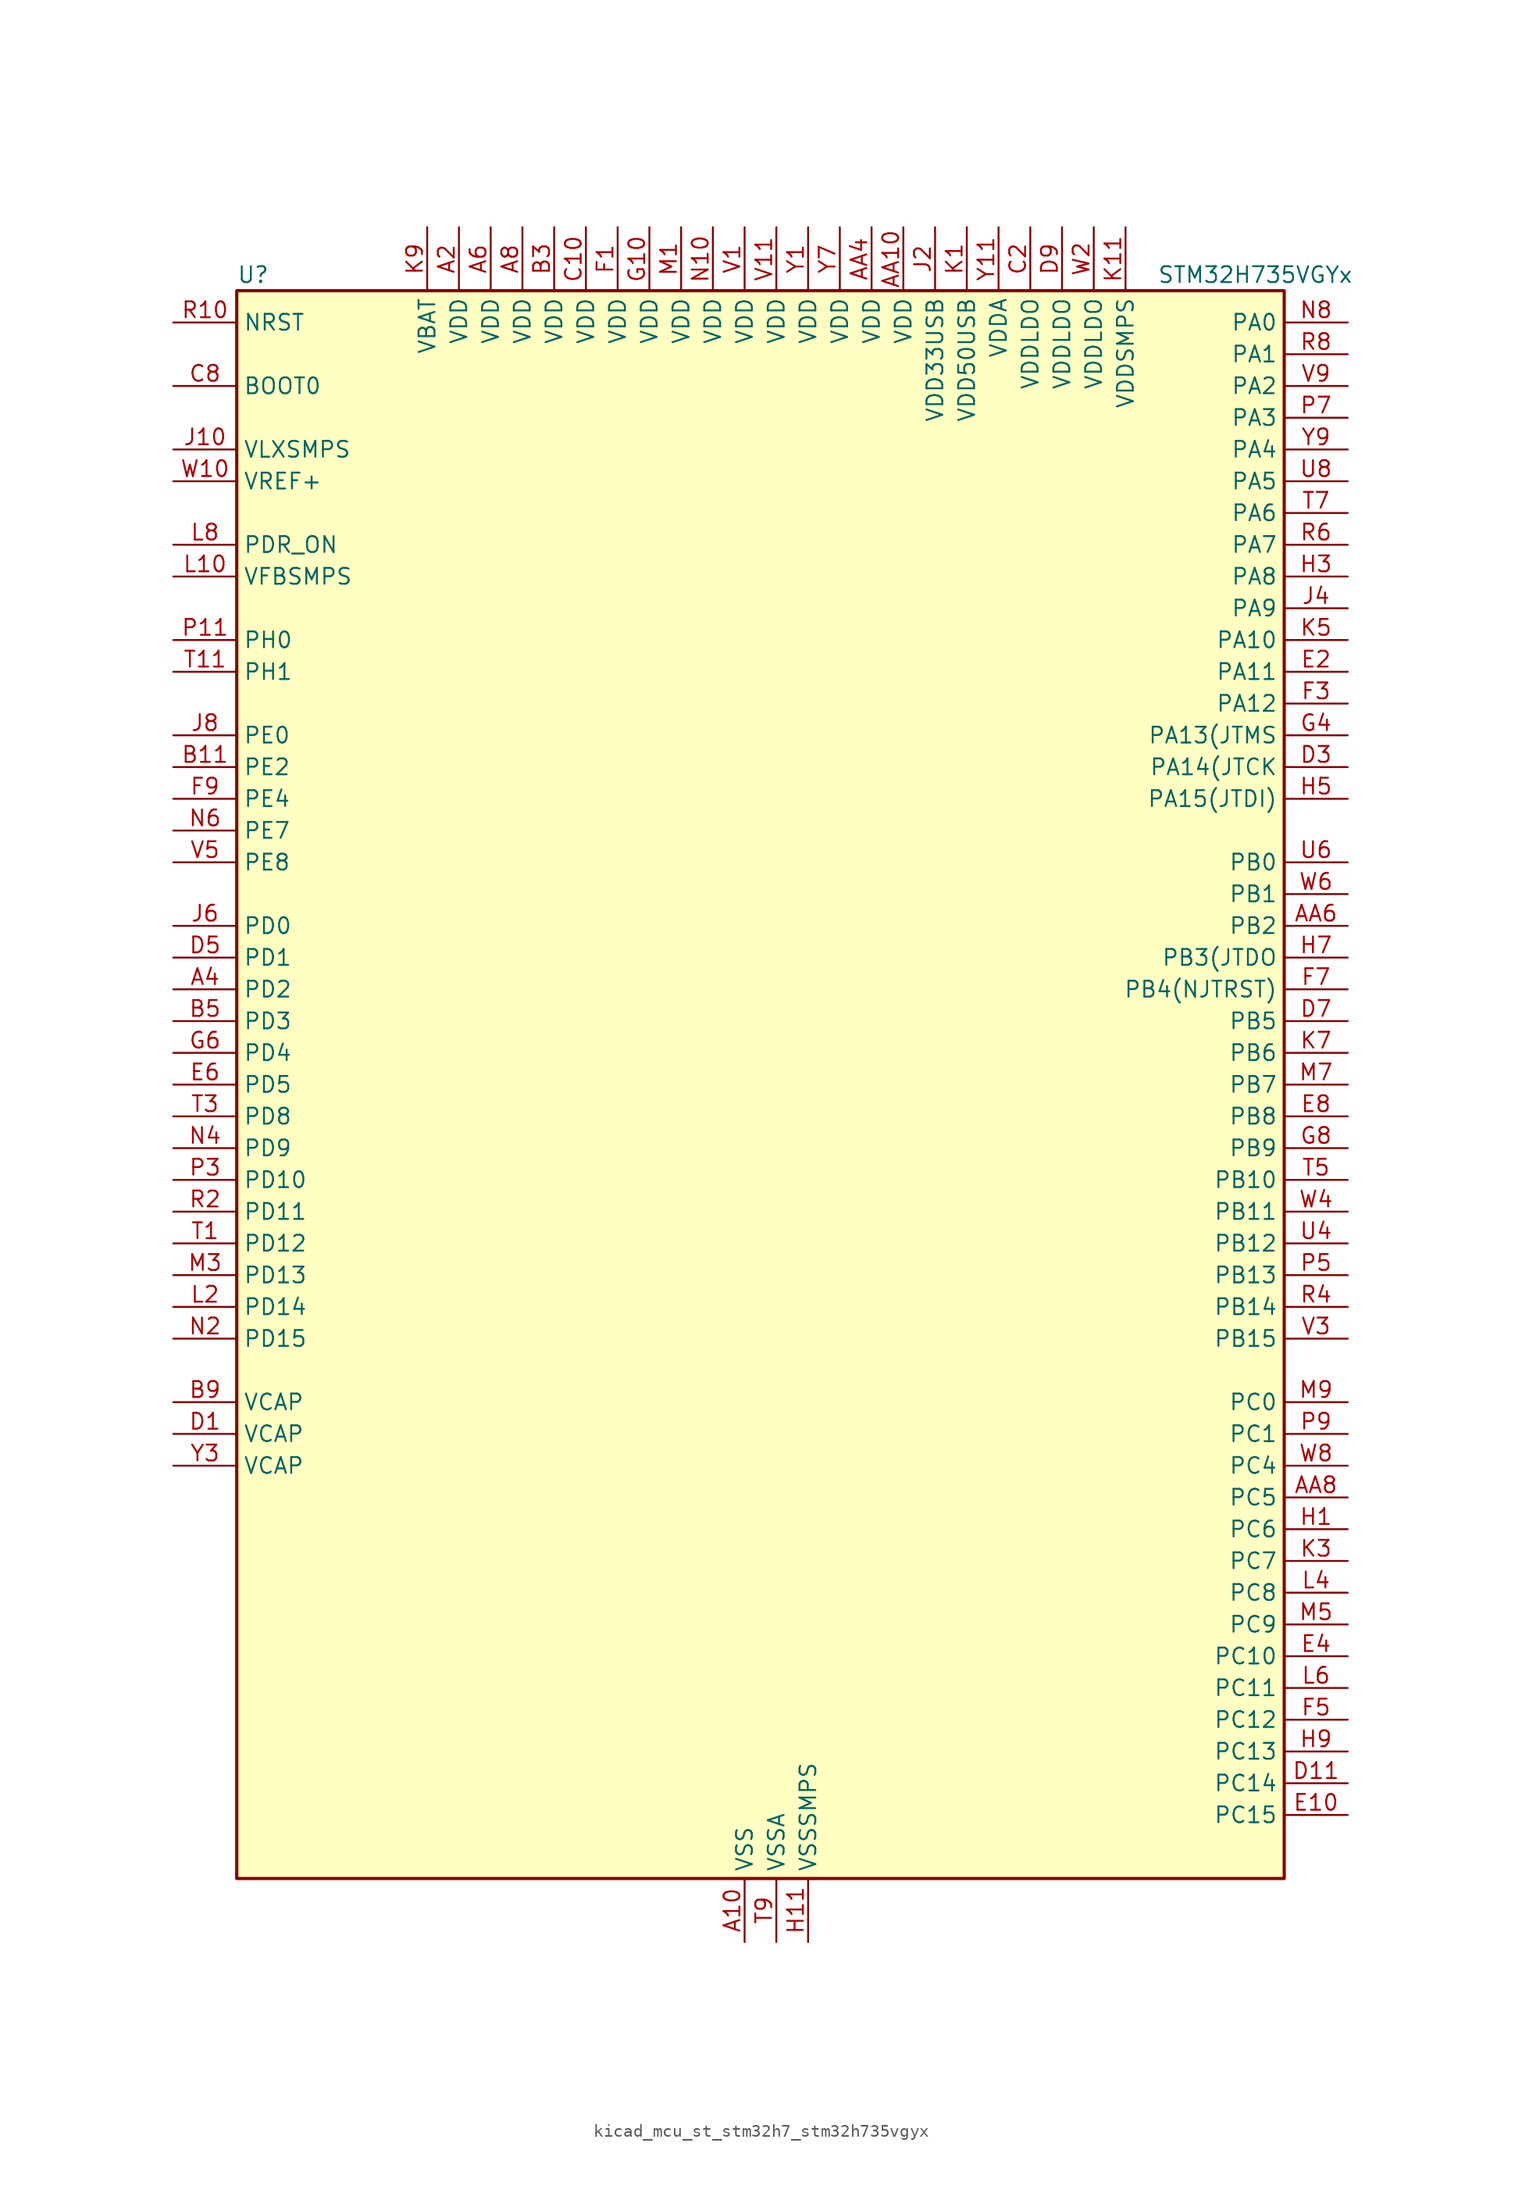
<source format=kicad_sym>
(kicad_symbol_lib
  (version 20220914)
  (generator kicad_symbol_editor)
  (symbol "kicad_mcu_st_stm32h7_stm32h735vgyx"
    (property "Reference" "U"
      (at -40.64 64.77 0)
      (effects (font (size 1.27 1.27)) (justify left)))
    (property "Value" "STM32H735VGYx"
      (at 33.02 64.77 0)
      (effects (font (size 1.27 1.27)) (justify left)))
    (property "ki_locked" ""
      (at 0 0 0)
      (effects (font (size 1.27 1.27))))
    (symbol "kicad_mcu_st_stm32h7_stm32h735vgyx_0_1"
      (rectangle (start -40.64 -63.5) (end 43.18 63.5) (stroke (width 0.254) (type default)) (fill (type background))))
    (symbol "kicad_mcu_st_stm32h7_stm32h735vgyx_1_1"
      (pin power_in line (at 0 -68.58 90) (length 5.08) (name "VSS" (effects (font (size 1.27 1.27)))) (number "A10" (effects (font (size 1.27 1.27)))))
      (pin power_in line (at -22.86 68.58 270) (length 5.08) (name "VDD" (effects (font (size 1.27 1.27)))) (number "A2" (effects (font (size 1.27 1.27)))))
      (pin bidirectional line (at -45.72 7.62 0) (length 5.08) (name "PD2" (effects (font (size 1.27 1.27)))) (number "A4" (effects (font (size 1.27 1.27)))) (alternate "DCMI_D11" bidirectional line) (alternate "DEBUG_TRACED2" bidirectional line) (alternate "FMC_D7" bidirectional line) (alternate "FMC_DA7" bidirectional line) (alternate "LTDC_B2" bidirectional line) (alternate "LTDC_B7" bidirectional line) (alternate "PSSI_D11" bidirectional line) (alternate "SDMMC1_CMD" bidirectional line) (alternate "TIM15_BKIN" bidirectional line) (alternate "TIM3_ETR" bidirectional line) (alternate "UART5_RX" bidirectional line))
      (pin power_in line (at -20.32 68.58 270) (length 5.08) (name "VDD" (effects (font (size 1.27 1.27)))) (number "A6" (effects (font (size 1.27 1.27)))))
      (pin power_in line (at -17.78 68.58 270) (length 5.08) (name "VDD" (effects (font (size 1.27 1.27)))) (number "A8" (effects (font (size 1.27 1.27)))))
      (pin power_in line (at 12.7 68.58 270) (length 5.08) (name "VDD" (effects (font (size 1.27 1.27)))) (number "AA10" (effects (font (size 1.27 1.27)))))
      (pin passive line (at 0 -68.58 90) (length 5.08) hide (name "VSS" (effects (font (size 1.27 1.27)))) (number "AA2" (effects (font (size 1.27 1.27)))))
      (pin power_in line (at 10.16 68.58 270) (length 5.08) (name "VDD" (effects (font (size 1.27 1.27)))) (number "AA4" (effects (font (size 1.27 1.27)))))
      (pin bidirectional line (at 48.26 12.7 180) (length 5.08) (name "PB2" (effects (font (size 1.27 1.27)))) (number "AA6" (effects (font (size 1.27 1.27)))) (alternate "COMP1_INP" bidirectional line) (alternate "DFSDM1_CKIN1" bidirectional line) (alternate "ETH_TX_ER" bidirectional line) (alternate "I2S3_SDO" bidirectional line) (alternate "OCTOSPIM_P1_CLK" bidirectional line) (alternate "OCTOSPIM_P1_DQS" bidirectional line) (alternate "RTC_OUT_ALARM" bidirectional line) (alternate "RTC_OUT_CALIB" bidirectional line) (alternate "SAI1_D1" bidirectional line) (alternate "SAI1_SD_A" bidirectional line) (alternate "SAI4_D1" bidirectional line) (alternate "SAI4_SD_A" bidirectional line) (alternate "SPI3_MOSI" bidirectional line) (alternate "TIM23_ETR" bidirectional line))
      (pin bidirectional line (at 48.26 -33.02 180) (length 5.08) (name "PC5" (effects (font (size 1.27 1.27)))) (number "AA8" (effects (font (size 1.27 1.27)))) (alternate "ADC1_INN4" bidirectional line) (alternate "ADC1_INP8" bidirectional line) (alternate "ADC2_INN4" bidirectional line) (alternate "ADC2_INP8" bidirectional line) (alternate "COMP1_OUT" bidirectional line) (alternate "DFSDM1_DATIN2" bidirectional line) (alternate "ETH_RXD1" bidirectional line) (alternate "FMC_SDCKE0" bidirectional line) (alternate "LTDC_DE" bidirectional line) (alternate "OCTOSPIM_P1_DQS" bidirectional line) (alternate "OPAMP1_VINM" bidirectional line) (alternate "PSSI_D15" bidirectional line) (alternate "SAI1_D3" bidirectional line) (alternate "SAI4_D3" bidirectional line) (alternate "SPDIFRX1_IN3" bidirectional line))
      (pin passive line (at 0 -68.58 90) (length 5.08) hide (name "VSS" (effects (font (size 1.27 1.27)))) (number "B1" (effects (font (size 1.27 1.27)))))
      (pin bidirectional line (at -45.72 25.4 0) (length 5.08) (name "PE2" (effects (font (size 1.27 1.27)))) (number "B11" (effects (font (size 1.27 1.27)))) (alternate "DEBUG_TRACECLK" bidirectional line) (alternate "ETH_TXD3" bidirectional line) (alternate "FMC_A23" bidirectional line) (alternate "OCTOSPIM_P1_IO2" bidirectional line) (alternate "SAI1_CK1" bidirectional line) (alternate "SAI1_MCLK_A" bidirectional line) (alternate "SAI4_CK1" bidirectional line) (alternate "SAI4_MCLK_A" bidirectional line))
      (pin power_in line (at -15.24 68.58 270) (length 5.08) (name "VDD" (effects (font (size 1.27 1.27)))) (number "B3" (effects (font (size 1.27 1.27)))))
      (pin bidirectional line (at -45.72 5.08 0) (length 5.08) (name "PD3" (effects (font (size 1.27 1.27)))) (number "B5" (effects (font (size 1.27 1.27)))) (alternate "DCMI_D5" bidirectional line) (alternate "DFSDM1_CKOUT" bidirectional line) (alternate "FMC_CLK" bidirectional line) (alternate "I2S2_CK" bidirectional line) (alternate "LTDC_G7" bidirectional line) (alternate "PSSI_D5" bidirectional line) (alternate "SPI2_SCK" bidirectional line) (alternate "USART2_CTS" bidirectional line) (alternate "USART2_NSS" bidirectional line))
      (pin passive line (at 0 -68.58 90) (length 5.08) hide (name "VSS" (effects (font (size 1.27 1.27)))) (number "B7" (effects (font (size 1.27 1.27)))))
      (pin power_out line (at -45.72 -25.4 0) (length 5.08) (name "VCAP" (effects (font (size 1.27 1.27)))) (number "B9" (effects (font (size 1.27 1.27)))))
      (pin power_in line (at -12.7 68.58 270) (length 5.08) (name "VDD" (effects (font (size 1.27 1.27)))) (number "C10" (effects (font (size 1.27 1.27)))))
      (pin power_in line (at 22.86 68.58 270) (length 5.08) (name "VDDLDO" (effects (font (size 1.27 1.27)))) (number "C2" (effects (font (size 1.27 1.27)))))
      (pin passive line (at 0 -68.58 90) (length 5.08) hide (name "VSS" (effects (font (size 1.27 1.27)))) (number "C4" (effects (font (size 1.27 1.27)))))
      (pin passive line (at 0 -68.58 90) (length 5.08) hide (name "VSS" (effects (font (size 1.27 1.27)))) (number "C6" (effects (font (size 1.27 1.27)))))
      (pin input line (at -45.72 55.88 0) (length 5.08) (name "BOOT0" (effects (font (size 1.27 1.27)))) (number "C8" (effects (font (size 1.27 1.27)))))
      (pin power_out line (at -45.72 -27.94 0) (length 5.08) (name "VCAP" (effects (font (size 1.27 1.27)))) (number "D1" (effects (font (size 1.27 1.27)))))
      (pin bidirectional line (at 48.26 -55.88 180) (length 5.08) (name "PC14" (effects (font (size 1.27 1.27)))) (number "D11" (effects (font (size 1.27 1.27)))) (alternate "RCC_OSC32_IN" bidirectional line))
      (pin bidirectional line (at 48.26 25.4 180) (length 5.08) (name "PA14(JTCK" (effects (font (size 1.27 1.27)))) (number "D3" (effects (font (size 1.27 1.27)))) (alternate "DEBUG_JTCK-SWCLK" bidirectional line))
      (pin bidirectional line (at -45.72 10.16 0) (length 5.08) (name "PD1" (effects (font (size 1.27 1.27)))) (number "D5" (effects (font (size 1.27 1.27)))) (alternate "DFSDM1_DATIN6" bidirectional line) (alternate "FDCAN1_TX" bidirectional line) (alternate "FMC_D3" bidirectional line) (alternate "FMC_DA3" bidirectional line) (alternate "UART4_TX" bidirectional line))
      (pin bidirectional line (at 48.26 5.08 180) (length 5.08) (name "PB5" (effects (font (size 1.27 1.27)))) (number "D7" (effects (font (size 1.27 1.27)))) (alternate "DCMI_D10" bidirectional line) (alternate "ETH_PPS_OUT" bidirectional line) (alternate "FDCAN2_RX" bidirectional line) (alternate "FMC_SDCKE1" bidirectional line) (alternate "I2C1_SMBA" bidirectional line) (alternate "I2C4_SMBA" bidirectional line) (alternate "I2S1_SDO" bidirectional line) (alternate "I2S3_SDO" bidirectional line) (alternate "I2S6_SDO" bidirectional line) (alternate "LTDC_B5" bidirectional line) (alternate "PSSI_D10" bidirectional line) (alternate "SPI1_MOSI" bidirectional line) (alternate "SPI3_MOSI" bidirectional line) (alternate "SPI6_MOSI" bidirectional line) (alternate "TIM17_BKIN" bidirectional line) (alternate "TIM3_CH2" bidirectional line) (alternate "UART5_RX" bidirectional line) (alternate "USB_OTG_HS_ULPI_D7" bidirectional line))
      (pin power_in line (at 25.4 68.58 270) (length 5.08) (name "VDDLDO" (effects (font (size 1.27 1.27)))) (number "D9" (effects (font (size 1.27 1.27)))))
      (pin bidirectional line (at 48.26 -58.42 180) (length 5.08) (name "PC15" (effects (font (size 1.27 1.27)))) (number "E10" (effects (font (size 1.27 1.27)))) (alternate "ADC1_EXTI15" bidirectional line) (alternate "ADC2_EXTI15" bidirectional line) (alternate "ADC3_EXTI15" bidirectional line) (alternate "RCC_OSC32_OUT" bidirectional line))
      (pin bidirectional line (at 48.26 33.02 180) (length 5.08) (name "PA11" (effects (font (size 1.27 1.27)))) (number "E2" (effects (font (size 1.27 1.27)))) (alternate "ADC1_EXTI11" bidirectional line) (alternate "ADC2_EXTI11" bidirectional line) (alternate "ADC3_EXTI11" bidirectional line) (alternate "FDCAN1_RX" bidirectional line) (alternate "I2S2_WS" bidirectional line) (alternate "LPUART1_CTS" bidirectional line) (alternate "LTDC_R4" bidirectional line) (alternate "SPI2_NSS" bidirectional line) (alternate "TIM1_CH4" bidirectional line) (alternate "UART4_RX" bidirectional line) (alternate "USART1_CTS" bidirectional line) (alternate "USART1_NSS" bidirectional line) (alternate "USB_OTG_HS_DM" bidirectional line))
      (pin bidirectional line (at 48.26 -45.72 180) (length 5.08) (name "PC10" (effects (font (size 1.27 1.27)))) (number "E4" (effects (font (size 1.27 1.27)))) (alternate "DCMI_D8" bidirectional line) (alternate "DFSDM1_CKIN5" bidirectional line) (alternate "I2C5_SDA" bidirectional line) (alternate "I2S3_CK" bidirectional line) (alternate "LTDC_B1" bidirectional line) (alternate "LTDC_R2" bidirectional line) (alternate "OCTOSPIM_P1_IO1" bidirectional line) (alternate "PSSI_D8" bidirectional line) (alternate "SDMMC1_D2" bidirectional line) (alternate "SPI3_SCK" bidirectional line) (alternate "SWPMI1_RX" bidirectional line) (alternate "UART4_TX" bidirectional line) (alternate "USART3_TX" bidirectional line))
      (pin bidirectional line (at -45.72 0 0) (length 5.08) (name "PD5" (effects (font (size 1.27 1.27)))) (number "E6" (effects (font (size 1.27 1.27)))) (alternate "FMC_NWE" bidirectional line) (alternate "OCTOSPIM_P1_IO5" bidirectional line) (alternate "USART2_TX" bidirectional line))
      (pin bidirectional line (at 48.26 -2.54 180) (length 5.08) (name "PB8" (effects (font (size 1.27 1.27)))) (number "E8" (effects (font (size 1.27 1.27)))) (alternate "DCMI_D6" bidirectional line) (alternate "DFSDM1_CKIN7" bidirectional line) (alternate "ETH_TXD3" bidirectional line) (alternate "FDCAN1_RX" bidirectional line) (alternate "I2C1_SCL" bidirectional line) (alternate "I2C4_SCL" bidirectional line) (alternate "LTDC_B6" bidirectional line) (alternate "PSSI_D6" bidirectional line) (alternate "SDMMC1_CKIN" bidirectional line) (alternate "SDMMC1_D4" bidirectional line) (alternate "SDMMC2_D4" bidirectional line) (alternate "TIM16_CH1" bidirectional line) (alternate "TIM4_CH3" bidirectional line) (alternate "UART4_RX" bidirectional line))
      (pin power_in line (at -10.16 68.58 270) (length 5.08) (name "VDD" (effects (font (size 1.27 1.27)))) (number "F1" (effects (font (size 1.27 1.27)))))
      (pin passive line (at 0 -68.58 90) (length 5.08) hide (name "VSS" (effects (font (size 1.27 1.27)))) (number "F11" (effects (font (size 1.27 1.27)))))
      (pin bidirectional line (at 48.26 30.48 180) (length 5.08) (name "PA12" (effects (font (size 1.27 1.27)))) (number "F3" (effects (font (size 1.27 1.27)))) (alternate "FDCAN1_TX" bidirectional line) (alternate "I2S2_CK" bidirectional line) (alternate "LPUART1_DE" bidirectional line) (alternate "LPUART1_RTS" bidirectional line) (alternate "LTDC_R5" bidirectional line) (alternate "SAI4_FS_B" bidirectional line) (alternate "SPI2_SCK" bidirectional line) (alternate "TIM1_BKIN2" bidirectional line) (alternate "TIM1_ETR" bidirectional line) (alternate "UART4_TX" bidirectional line) (alternate "USART1_DE" bidirectional line) (alternate "USART1_RTS" bidirectional line) (alternate "USB_OTG_HS_DP" bidirectional line))
      (pin bidirectional line (at 48.26 -50.8 180) (length 5.08) (name "PC12" (effects (font (size 1.27 1.27)))) (number "F5" (effects (font (size 1.27 1.27)))) (alternate "DCMI_D9" bidirectional line) (alternate "DEBUG_TRACED3" bidirectional line) (alternate "FMC_D6" bidirectional line) (alternate "FMC_DA6" bidirectional line) (alternate "I2C5_SMBA" bidirectional line) (alternate "I2S3_SDO" bidirectional line) (alternate "I2S6_CK" bidirectional line) (alternate "LTDC_R6" bidirectional line) (alternate "PSSI_D9" bidirectional line) (alternate "SDMMC1_CK" bidirectional line) (alternate "SPI3_MOSI" bidirectional line) (alternate "SPI6_SCK" bidirectional line) (alternate "TIM15_CH1" bidirectional line) (alternate "UART5_TX" bidirectional line) (alternate "USART3_CK" bidirectional line))
      (pin bidirectional line (at 48.26 7.62 180) (length 5.08) (name "PB4(NJTRST)" (effects (font (size 1.27 1.27)))) (number "F7" (effects (font (size 1.27 1.27)))) (alternate "DEBUG_JTRST" bidirectional line) (alternate "I2S1_SDI" bidirectional line) (alternate "I2S2_WS" bidirectional line) (alternate "I2S3_SDI" bidirectional line) (alternate "I2S6_SDI" bidirectional line) (alternate "SDMMC2_D3" bidirectional line) (alternate "SPI1_MISO" bidirectional line) (alternate "SPI2_NSS" bidirectional line) (alternate "SPI3_MISO" bidirectional line) (alternate "SPI6_MISO" bidirectional line) (alternate "TIM16_BKIN" bidirectional line) (alternate "TIM3_CH1" bidirectional line) (alternate "UART7_TX" bidirectional line))
      (pin bidirectional line (at -45.72 22.86 0) (length 5.08) (name "PE4" (effects (font (size 1.27 1.27)))) (number "F9" (effects (font (size 1.27 1.27)))) (alternate "DCMI_D4" bidirectional line) (alternate "DEBUG_TRACED1" bidirectional line) (alternate "DFSDM1_DATIN3" bidirectional line) (alternate "FMC_A20" bidirectional line) (alternate "LTDC_B0" bidirectional line) (alternate "PSSI_D4" bidirectional line) (alternate "SAI1_D2" bidirectional line) (alternate "SAI1_FS_A" bidirectional line) (alternate "SAI4_D2" bidirectional line) (alternate "SAI4_FS_A" bidirectional line) (alternate "TIM15_CH1N" bidirectional line))
      (pin power_in line (at -7.62 68.58 270) (length 5.08) (name "VDD" (effects (font (size 1.27 1.27)))) (number "G10" (effects (font (size 1.27 1.27)))))
      (pin passive line (at 0 -68.58 90) (length 5.08) hide (name "VSS" (effects (font (size 1.27 1.27)))) (number "G2" (effects (font (size 1.27 1.27)))))
      (pin bidirectional line (at 48.26 27.94 180) (length 5.08) (name "PA13(JTMS" (effects (font (size 1.27 1.27)))) (number "G4" (effects (font (size 1.27 1.27)))) (alternate "DEBUG_JTMS-SWDIO" bidirectional line))
      (pin bidirectional line (at -45.72 2.54 0) (length 5.08) (name "PD4" (effects (font (size 1.27 1.27)))) (number "G6" (effects (font (size 1.27 1.27)))) (alternate "FMC_NOE" bidirectional line) (alternate "OCTOSPIM_P1_IO4" bidirectional line) (alternate "USART2_DE" bidirectional line) (alternate "USART2_RTS" bidirectional line))
      (pin bidirectional line (at 48.26 -5.08 180) (length 5.08) (name "PB9" (effects (font (size 1.27 1.27)))) (number "G8" (effects (font (size 1.27 1.27)))) (alternate "DAC1_EXTI9" bidirectional line) (alternate "DCMI_D7" bidirectional line) (alternate "DFSDM1_DATIN7" bidirectional line) (alternate "FDCAN1_TX" bidirectional line) (alternate "I2C1_SDA" bidirectional line) (alternate "I2C4_SDA" bidirectional line) (alternate "I2C4_SMBA" bidirectional line) (alternate "I2S2_WS" bidirectional line) (alternate "LTDC_B7" bidirectional line) (alternate "PSSI_D7" bidirectional line) (alternate "SDMMC1_CDIR" bidirectional line) (alternate "SDMMC1_D5" bidirectional line) (alternate "SDMMC2_D5" bidirectional line) (alternate "SPI2_NSS" bidirectional line) (alternate "TIM17_CH1" bidirectional line) (alternate "TIM4_CH4" bidirectional line) (alternate "UART4_TX" bidirectional line))
      (pin bidirectional line (at 48.26 -35.56 180) (length 5.08) (name "PC6" (effects (font (size 1.27 1.27)))) (number "H1" (effects (font (size 1.27 1.27)))) (alternate "DCMI_D0" bidirectional line) (alternate "DFSDM1_CKIN3" bidirectional line) (alternate "FMC_NWAIT" bidirectional line) (alternate "I2S2_MCK" bidirectional line) (alternate "LTDC_HSYNC" bidirectional line) (alternate "PSSI_D0" bidirectional line) (alternate "SDMMC1_D0DIR" bidirectional line) (alternate "SDMMC1_D6" bidirectional line) (alternate "SDMMC2_D6" bidirectional line) (alternate "SWPMI1_IO" bidirectional line) (alternate "TIM3_CH1" bidirectional line) (alternate "TIM8_CH1" bidirectional line) (alternate "USART6_TX" bidirectional line))
      (pin power_in line (at 5.08 -68.58 90) (length 5.08) (name "VSSSMPS" (effects (font (size 1.27 1.27)))) (number "H11" (effects (font (size 1.27 1.27)))))
      (pin bidirectional line (at 48.26 40.64 180) (length 5.08) (name "PA8" (effects (font (size 1.27 1.27)))) (number "H3" (effects (font (size 1.27 1.27)))) (alternate "I2C3_SCL" bidirectional line) (alternate "I2C5_SCL" bidirectional line) (alternate "LTDC_B3" bidirectional line) (alternate "LTDC_R6" bidirectional line) (alternate "RCC_MCO_1" bidirectional line) (alternate "TIM1_CH1" bidirectional line) (alternate "TIM8_BKIN2" bidirectional line) (alternate "TIM8_BKIN2_COMP1" bidirectional line) (alternate "TIM8_BKIN2_COMP2" bidirectional line) (alternate "UART7_RX" bidirectional line) (alternate "USART1_CK" bidirectional line) (alternate "USB_OTG_HS_SOF" bidirectional line))
      (pin bidirectional line (at 48.26 22.86 180) (length 5.08) (name "PA15(JTDI)" (effects (font (size 1.27 1.27)))) (number "H5" (effects (font (size 1.27 1.27)))) (alternate "ADC1_EXTI15" bidirectional line) (alternate "ADC2_EXTI15" bidirectional line) (alternate "ADC3_EXTI15" bidirectional line) (alternate "CEC" bidirectional line) (alternate "DEBUG_JTDI" bidirectional line) (alternate "I2S1_WS" bidirectional line) (alternate "I2S3_WS" bidirectional line) (alternate "I2S6_WS" bidirectional line) (alternate "LTDC_B6" bidirectional line) (alternate "LTDC_R3" bidirectional line) (alternate "SPI1_NSS" bidirectional line) (alternate "SPI3_NSS" bidirectional line) (alternate "SPI6_NSS" bidirectional line) (alternate "TIM2_CH1" bidirectional line) (alternate "TIM2_ETR" bidirectional line) (alternate "UART4_DE" bidirectional line) (alternate "UART4_RTS" bidirectional line) (alternate "UART7_TX" bidirectional line))
      (pin bidirectional line (at 48.26 10.16 180) (length 5.08) (name "PB3(JTDO" (effects (font (size 1.27 1.27)))) (number "H7" (effects (font (size 1.27 1.27)))) (alternate "CRS_SYNC" bidirectional line) (alternate "DEBUG_JTDO-SWO" bidirectional line) (alternate "I2S1_CK" bidirectional line) (alternate "I2S3_CK" bidirectional line) (alternate "I2S6_CK" bidirectional line) (alternate "SDMMC2_D2" bidirectional line) (alternate "SPI1_SCK" bidirectional line) (alternate "SPI3_SCK" bidirectional line) (alternate "SPI6_SCK" bidirectional line) (alternate "TIM24_ETR" bidirectional line) (alternate "TIM2_CH2" bidirectional line) (alternate "UART7_RX" bidirectional line))
      (pin bidirectional line (at 48.26 -53.34 180) (length 5.08) (name "PC13" (effects (font (size 1.27 1.27)))) (number "H9" (effects (font (size 1.27 1.27)))) (alternate "PWR_WKUP4" bidirectional line) (alternate "RTC_OUT_ALARM" bidirectional line) (alternate "RTC_OUT_CALIB" bidirectional line) (alternate "RTC_TAMP1" bidirectional line) (alternate "RTC_TS" bidirectional line))
      (pin power_in line (at -45.72 50.8 0) (length 5.08) (name "VLXSMPS" (effects (font (size 1.27 1.27)))) (number "J10" (effects (font (size 1.27 1.27)))))
      (pin power_in line (at 15.24 68.58 270) (length 5.08) (name "VDD33USB" (effects (font (size 1.27 1.27)))) (number "J2" (effects (font (size 1.27 1.27)))))
      (pin bidirectional line (at 48.26 38.1 180) (length 5.08) (name "PA9" (effects (font (size 1.27 1.27)))) (number "J4" (effects (font (size 1.27 1.27)))) (alternate "DAC1_EXTI9" bidirectional line) (alternate "DCMI_D0" bidirectional line) (alternate "ETH_TX_ER" bidirectional line) (alternate "I2C3_SMBA" bidirectional line) (alternate "I2C5_SMBA" bidirectional line) (alternate "I2S2_CK" bidirectional line) (alternate "LPUART1_TX" bidirectional line) (alternate "LTDC_R5" bidirectional line) (alternate "PSSI_D0" bidirectional line) (alternate "SPI2_SCK" bidirectional line) (alternate "TIM1_CH2" bidirectional line) (alternate "USART1_TX" bidirectional line) (alternate "USB_OTG_HS_VBUS" bidirectional line))
      (pin bidirectional line (at -45.72 12.7 0) (length 5.08) (name "PD0" (effects (font (size 1.27 1.27)))) (number "J6" (effects (font (size 1.27 1.27)))) (alternate "DFSDM1_CKIN6" bidirectional line) (alternate "FDCAN1_RX" bidirectional line) (alternate "FMC_D2" bidirectional line) (alternate "FMC_DA2" bidirectional line) (alternate "LTDC_B1" bidirectional line) (alternate "UART4_RX" bidirectional line) (alternate "UART9_CTS" bidirectional line))
      (pin bidirectional line (at -45.72 27.94 0) (length 5.08) (name "PE0" (effects (font (size 1.27 1.27)))) (number "J8" (effects (font (size 1.27 1.27)))) (alternate "DCMI_D2" bidirectional line) (alternate "FMC_NBL0" bidirectional line) (alternate "LPTIM1_ETR" bidirectional line) (alternate "LPTIM2_ETR" bidirectional line) (alternate "LTDC_R0" bidirectional line) (alternate "PSSI_D2" bidirectional line) (alternate "SAI4_MCLK_A" bidirectional line) (alternate "TIM4_ETR" bidirectional line))
      (pin power_in line (at 17.78 68.58 270) (length 5.08) (name "VDD50USB" (effects (font (size 1.27 1.27)))) (number "K1" (effects (font (size 1.27 1.27)))))
      (pin power_in line (at 30.48 68.58 270) (length 5.08) (name "VDDSMPS" (effects (font (size 1.27 1.27)))) (number "K11" (effects (font (size 1.27 1.27)))))
      (pin bidirectional line (at 48.26 -38.1 180) (length 5.08) (name "PC7" (effects (font (size 1.27 1.27)))) (number "K3" (effects (font (size 1.27 1.27)))) (alternate "DCMI_D1" bidirectional line) (alternate "DEBUG_TRGIO" bidirectional line) (alternate "DFSDM1_DATIN3" bidirectional line) (alternate "FMC_NE1" bidirectional line) (alternate "I2S3_MCK" bidirectional line) (alternate "LTDC_G6" bidirectional line) (alternate "PSSI_D1" bidirectional line) (alternate "SDMMC1_D123DIR" bidirectional line) (alternate "SDMMC1_D7" bidirectional line) (alternate "SDMMC2_D7" bidirectional line) (alternate "SWPMI1_TX" bidirectional line) (alternate "TIM3_CH2" bidirectional line) (alternate "TIM8_CH2" bidirectional line) (alternate "USART6_RX" bidirectional line))
      (pin bidirectional line (at 48.26 35.56 180) (length 5.08) (name "PA10" (effects (font (size 1.27 1.27)))) (number "K5" (effects (font (size 1.27 1.27)))) (alternate "DCMI_D1" bidirectional line) (alternate "LPUART1_RX" bidirectional line) (alternate "LTDC_B1" bidirectional line) (alternate "LTDC_B4" bidirectional line) (alternate "MDIOS_MDIO" bidirectional line) (alternate "PSSI_D1" bidirectional line) (alternate "TIM1_CH3" bidirectional line) (alternate "USART1_RX" bidirectional line) (alternate "USB_OTG_HS_ID" bidirectional line))
      (pin bidirectional line (at 48.26 2.54 180) (length 5.08) (name "PB6" (effects (font (size 1.27 1.27)))) (number "K7" (effects (font (size 1.27 1.27)))) (alternate "CEC" bidirectional line) (alternate "DCMI_D5" bidirectional line) (alternate "DFSDM1_DATIN5" bidirectional line) (alternate "FDCAN2_TX" bidirectional line) (alternate "FMC_SDNE1" bidirectional line) (alternate "I2C1_SCL" bidirectional line) (alternate "I2C4_SCL" bidirectional line) (alternate "LPUART1_TX" bidirectional line) (alternate "OCTOSPIM_P1_NCS" bidirectional line) (alternate "PSSI_D5" bidirectional line) (alternate "TIM16_CH1N" bidirectional line) (alternate "TIM4_CH1" bidirectional line) (alternate "UART5_TX" bidirectional line) (alternate "USART1_TX" bidirectional line))
      (pin power_in line (at -25.4 68.58 270) (length 5.08) (name "VBAT" (effects (font (size 1.27 1.27)))) (number "K9" (effects (font (size 1.27 1.27)))))
      (pin input line (at -45.72 40.64 0) (length 5.08) (name "VFBSMPS" (effects (font (size 1.27 1.27)))) (number "L10" (effects (font (size 1.27 1.27)))))
      (pin bidirectional line (at -45.72 -17.78 0) (length 5.08) (name "PD14" (effects (font (size 1.27 1.27)))) (number "L2" (effects (font (size 1.27 1.27)))) (alternate "FMC_D0" bidirectional line) (alternate "FMC_DA0" bidirectional line) (alternate "TIM4_CH3" bidirectional line) (alternate "UART9_RX" bidirectional line))
      (pin bidirectional line (at 48.26 -40.64 180) (length 5.08) (name "PC8" (effects (font (size 1.27 1.27)))) (number "L4" (effects (font (size 1.27 1.27)))) (alternate "DCMI_D2" bidirectional line) (alternate "DEBUG_TRACED1" bidirectional line) (alternate "FMC_INT" bidirectional line) (alternate "FMC_NCE" bidirectional line) (alternate "FMC_NE2" bidirectional line) (alternate "PSSI_D2" bidirectional line) (alternate "SDMMC1_D0" bidirectional line) (alternate "SWPMI1_RX" bidirectional line) (alternate "TIM3_CH3" bidirectional line) (alternate "TIM8_CH3" bidirectional line) (alternate "UART5_DE" bidirectional line) (alternate "UART5_RTS" bidirectional line) (alternate "USART6_CK" bidirectional line))
      (pin bidirectional line (at 48.26 -48.26 180) (length 5.08) (name "PC11" (effects (font (size 1.27 1.27)))) (number "L6" (effects (font (size 1.27 1.27)))) (alternate "ADC1_EXTI11" bidirectional line) (alternate "ADC2_EXTI11" bidirectional line) (alternate "ADC3_EXTI11" bidirectional line) (alternate "DCMI_D4" bidirectional line) (alternate "DFSDM1_DATIN5" bidirectional line) (alternate "I2C5_SCL" bidirectional line) (alternate "I2S3_SDI" bidirectional line) (alternate "LTDC_B4" bidirectional line) (alternate "OCTOSPIM_P1_NCS" bidirectional line) (alternate "PSSI_D4" bidirectional line) (alternate "SDMMC1_D3" bidirectional line) (alternate "SPI3_MISO" bidirectional line) (alternate "UART4_RX" bidirectional line) (alternate "USART3_RX" bidirectional line))
      (pin input line (at -45.72 43.18 0) (length 5.08) (name "PDR_ON" (effects (font (size 1.27 1.27)))) (number "L8" (effects (font (size 1.27 1.27)))))
      (pin power_in line (at -5.08 68.58 270) (length 5.08) (name "VDD" (effects (font (size 1.27 1.27)))) (number "M1" (effects (font (size 1.27 1.27)))))
      (pin passive line (at 0 -68.58 90) (length 5.08) hide (name "VSS" (effects (font (size 1.27 1.27)))) (number "M11" (effects (font (size 1.27 1.27)))))
      (pin bidirectional line (at -45.72 -15.24 0) (length 5.08) (name "PD13" (effects (font (size 1.27 1.27)))) (number "M3" (effects (font (size 1.27 1.27)))) (alternate "DCMI_D13" bidirectional line) (alternate "FDCAN3_TX" bidirectional line) (alternate "FMC_A18" bidirectional line) (alternate "I2C4_SDA" bidirectional line) (alternate "LPTIM1_OUT" bidirectional line) (alternate "OCTOSPIM_P1_IO3" bidirectional line) (alternate "PSSI_D13" bidirectional line) (alternate "SAI4_SCK_A" bidirectional line) (alternate "TIM4_CH2" bidirectional line) (alternate "UART9_DE" bidirectional line) (alternate "UART9_RTS" bidirectional line))
      (pin bidirectional line (at 48.26 -43.18 180) (length 5.08) (name "PC9" (effects (font (size 1.27 1.27)))) (number "M5" (effects (font (size 1.27 1.27)))) (alternate "DAC1_EXTI9" bidirectional line) (alternate "DCMI_D3" bidirectional line) (alternate "I2C3_SDA" bidirectional line) (alternate "I2C5_SDA" bidirectional line) (alternate "I2S_CKIN" bidirectional line) (alternate "LTDC_B2" bidirectional line) (alternate "LTDC_G3" bidirectional line) (alternate "OCTOSPIM_P1_IO0" bidirectional line) (alternate "PSSI_D3" bidirectional line) (alternate "RCC_MCO_2" bidirectional line) (alternate "SDMMC1_D1" bidirectional line) (alternate "SWPMI1_SUSPEND" bidirectional line) (alternate "TIM3_CH4" bidirectional line) (alternate "TIM8_CH4" bidirectional line) (alternate "UART5_CTS" bidirectional line))
      (pin bidirectional line (at 48.26 0 180) (length 5.08) (name "PB7" (effects (font (size 1.27 1.27)))) (number "M7" (effects (font (size 1.27 1.27)))) (alternate "DCMI_VSYNC" bidirectional line) (alternate "DFSDM1_CKIN5" bidirectional line) (alternate "FMC_NL" bidirectional line) (alternate "I2C1_SDA" bidirectional line) (alternate "I2C4_SDA" bidirectional line) (alternate "LPUART1_RX" bidirectional line) (alternate "PSSI_RDY" bidirectional line) (alternate "PWR_PVD_IN" bidirectional line) (alternate "TIM17_CH1N" bidirectional line) (alternate "TIM4_CH2" bidirectional line) (alternate "USART1_RX" bidirectional line))
      (pin bidirectional line (at 48.26 -25.4 180) (length 5.08) (name "PC0" (effects (font (size 1.27 1.27)))) (number "M9" (effects (font (size 1.27 1.27)))) (alternate "ADC1_INP10" bidirectional line) (alternate "ADC2_INP10" bidirectional line) (alternate "ADC3_INP10" bidirectional line) (alternate "DFSDM1_CKIN0" bidirectional line) (alternate "DFSDM1_DATIN4" bidirectional line) (alternate "FMC_A25" bidirectional line) (alternate "FMC_D12" bidirectional line) (alternate "FMC_DA12" bidirectional line) (alternate "FMC_SDNWE" bidirectional line) (alternate "LTDC_G2" bidirectional line) (alternate "LTDC_R5" bidirectional line) (alternate "SAI4_FS_B" bidirectional line) (alternate "USB_OTG_HS_ULPI_STP" bidirectional line))
      (pin power_in line (at -2.54 68.58 270) (length 5.08) (name "VDD" (effects (font (size 1.27 1.27)))) (number "N10" (effects (font (size 1.27 1.27)))))
      (pin bidirectional line (at -45.72 -20.32 0) (length 5.08) (name "PD15" (effects (font (size 1.27 1.27)))) (number "N2" (effects (font (size 1.27 1.27)))) (alternate "ADC1_EXTI15" bidirectional line) (alternate "ADC2_EXTI15" bidirectional line) (alternate "ADC3_EXTI15" bidirectional line) (alternate "FMC_D1" bidirectional line) (alternate "FMC_DA1" bidirectional line) (alternate "TIM4_CH4" bidirectional line) (alternate "UART9_TX" bidirectional line))
      (pin bidirectional line (at -45.72 -5.08 0) (length 5.08) (name "PD9" (effects (font (size 1.27 1.27)))) (number "N4" (effects (font (size 1.27 1.27)))) (alternate "DAC1_EXTI9" bidirectional line) (alternate "DFSDM1_DATIN3" bidirectional line) (alternate "FMC_D14" bidirectional line) (alternate "FMC_DA14" bidirectional line) (alternate "USART3_RX" bidirectional line))
      (pin bidirectional line (at -45.72 20.32 0) (length 5.08) (name "PE7" (effects (font (size 1.27 1.27)))) (number "N6" (effects (font (size 1.27 1.27)))) (alternate "COMP2_INM" bidirectional line) (alternate "DFSDM1_DATIN2" bidirectional line) (alternate "FMC_D4" bidirectional line) (alternate "FMC_DA4" bidirectional line) (alternate "OCTOSPIM_P1_IO4" bidirectional line) (alternate "OPAMP2_VOUT" bidirectional line) (alternate "TIM1_ETR" bidirectional line) (alternate "UART7_RX" bidirectional line))
      (pin bidirectional line (at 48.26 60.96 180) (length 5.08) (name "PA0" (effects (font (size 1.27 1.27)))) (number "N8" (effects (font (size 1.27 1.27)))) (alternate "ADC1_INP16" bidirectional line) (alternate "ETH_CRS" bidirectional line) (alternate "FMC_A19" bidirectional line) (alternate "I2S6_WS" bidirectional line) (alternate "PWR_WKUP1" bidirectional line) (alternate "SAI4_SD_B" bidirectional line) (alternate "SDMMC2_CMD" bidirectional line) (alternate "SPI6_NSS" bidirectional line) (alternate "TIM15_BKIN" bidirectional line) (alternate "TIM2_CH1" bidirectional line) (alternate "TIM2_ETR" bidirectional line) (alternate "TIM5_CH1" bidirectional line) (alternate "TIM8_ETR" bidirectional line) (alternate "UART4_TX" bidirectional line) (alternate "USART2_CTS" bidirectional line) (alternate "USART2_NSS" bidirectional line))
      (pin passive line (at 0 -68.58 90) (length 5.08) hide (name "VSS" (effects (font (size 1.27 1.27)))) (number "P1" (effects (font (size 1.27 1.27)))))
      (pin bidirectional line (at -45.72 35.56 0) (length 5.08) (name "PH0" (effects (font (size 1.27 1.27)))) (number "P11" (effects (font (size 1.27 1.27)))) (alternate "RCC_OSC_IN" bidirectional line))
      (pin bidirectional line (at -45.72 -7.62 0) (length 5.08) (name "PD10" (effects (font (size 1.27 1.27)))) (number "P3" (effects (font (size 1.27 1.27)))) (alternate "DFSDM1_CKOUT" bidirectional line) (alternate "FMC_D15" bidirectional line) (alternate "FMC_DA15" bidirectional line) (alternate "LTDC_B3" bidirectional line) (alternate "USART3_CK" bidirectional line))
      (pin bidirectional line (at 48.26 -15.24 180) (length 5.08) (name "PB13" (effects (font (size 1.27 1.27)))) (number "P5" (effects (font (size 1.27 1.27)))) (alternate "DCMI_D2" bidirectional line) (alternate "DFSDM1_CKIN1" bidirectional line) (alternate "ETH_TXD1" bidirectional line) (alternate "FDCAN2_TX" bidirectional line) (alternate "I2S2_CK" bidirectional line) (alternate "LPTIM2_OUT" bidirectional line) (alternate "OCTOSPIM_P1_IO2" bidirectional line) (alternate "PSSI_D2" bidirectional line) (alternate "SDMMC1_D0" bidirectional line) (alternate "SPI2_SCK" bidirectional line) (alternate "TIM1_CH1N" bidirectional line) (alternate "UART5_TX" bidirectional line) (alternate "USART3_CTS" bidirectional line) (alternate "USART3_NSS" bidirectional line) (alternate "USB_OTG_HS_ULPI_D6" bidirectional line))
      (pin bidirectional line (at 48.26 53.34 180) (length 5.08) (name "PA3" (effects (font (size 1.27 1.27)))) (number "P7" (effects (font (size 1.27 1.27)))) (alternate "ADC1_INP15" bidirectional line) (alternate "ADC2_INP15" bidirectional line) (alternate "ETH_COL" bidirectional line) (alternate "I2S6_MCK" bidirectional line) (alternate "LPTIM5_OUT" bidirectional line) (alternate "LTDC_B2" bidirectional line) (alternate "LTDC_B5" bidirectional line) (alternate "OCTOSPIM_P1_CLK" bidirectional line) (alternate "OCTOSPIM_P1_IO2" bidirectional line) (alternate "TIM15_CH2" bidirectional line) (alternate "TIM2_CH4" bidirectional line) (alternate "TIM5_CH4" bidirectional line) (alternate "USART2_RX" bidirectional line) (alternate "USB_OTG_HS_ULPI_D0" bidirectional line))
      (pin bidirectional line (at 48.26 -27.94 180) (length 5.08) (name "PC1" (effects (font (size 1.27 1.27)))) (number "P9" (effects (font (size 1.27 1.27)))) (alternate "ADC1_INN10" bidirectional line) (alternate "ADC1_INP11" bidirectional line) (alternate "ADC2_INN10" bidirectional line) (alternate "ADC2_INP11" bidirectional line) (alternate "ADC3_INN10" bidirectional line) (alternate "ADC3_INP11" bidirectional line) (alternate "DEBUG_TRACED0" bidirectional line) (alternate "DFSDM1_CKIN4" bidirectional line) (alternate "DFSDM1_DATIN0" bidirectional line) (alternate "ETH_MDC" bidirectional line) (alternate "I2S2_SDO" bidirectional line) (alternate "LTDC_G5" bidirectional line) (alternate "MDIOS_MDC" bidirectional line) (alternate "OCTOSPIM_P1_IO4" bidirectional line) (alternate "PWR_WKUP6" bidirectional line) (alternate "RTC_TAMP3" bidirectional line) (alternate "SAI1_D1" bidirectional line) (alternate "SAI1_SD_A" bidirectional line) (alternate "SAI4_D1" bidirectional line) (alternate "SAI4_SD_A" bidirectional line) (alternate "SDMMC2_CK" bidirectional line) (alternate "SPI2_MOSI" bidirectional line))
      (pin input line (at -45.72 60.96 0) (length 5.08) (name "NRST" (effects (font (size 1.27 1.27)))) (number "R10" (effects (font (size 1.27 1.27)))))
      (pin bidirectional line (at -45.72 -10.16 0) (length 5.08) (name "PD11" (effects (font (size 1.27 1.27)))) (number "R2" (effects (font (size 1.27 1.27)))) (alternate "ADC1_EXTI11" bidirectional line) (alternate "ADC2_EXTI11" bidirectional line) (alternate "ADC3_EXTI11" bidirectional line) (alternate "FMC_A16" bidirectional line) (alternate "FMC_CLE" bidirectional line) (alternate "I2C4_SMBA" bidirectional line) (alternate "LPTIM2_IN2" bidirectional line) (alternate "OCTOSPIM_P1_IO0" bidirectional line) (alternate "SAI4_SD_A" bidirectional line) (alternate "USART3_CTS" bidirectional line) (alternate "USART3_NSS" bidirectional line))
      (pin bidirectional line (at 48.26 -17.78 180) (length 5.08) (name "PB14" (effects (font (size 1.27 1.27)))) (number "R4" (effects (font (size 1.27 1.27)))) (alternate "DFSDM1_DATIN2" bidirectional line) (alternate "FMC_D10" bidirectional line) (alternate "FMC_DA10" bidirectional line) (alternate "I2S2_SDI" bidirectional line) (alternate "LTDC_CLK" bidirectional line) (alternate "SDMMC2_D0" bidirectional line) (alternate "SPI2_MISO" bidirectional line) (alternate "TIM12_CH1" bidirectional line) (alternate "TIM1_CH2N" bidirectional line) (alternate "TIM8_CH2N" bidirectional line) (alternate "UART4_DE" bidirectional line) (alternate "UART4_RTS" bidirectional line) (alternate "USART1_TX" bidirectional line) (alternate "USART3_DE" bidirectional line) (alternate "USART3_RTS" bidirectional line))
      (pin bidirectional line (at 48.26 43.18 180) (length 5.08) (name "PA7" (effects (font (size 1.27 1.27)))) (number "R6" (effects (font (size 1.27 1.27)))) (alternate "ADC1_INN3" bidirectional line) (alternate "ADC1_INP7" bidirectional line) (alternate "ADC2_INN3" bidirectional line) (alternate "ADC2_INP7" bidirectional line) (alternate "ETH_CRS_DV" bidirectional line) (alternate "ETH_RX_DV" bidirectional line) (alternate "FMC_SDNWE" bidirectional line) (alternate "I2S1_SDO" bidirectional line) (alternate "I2S6_SDO" bidirectional line) (alternate "LTDC_VSYNC" bidirectional line) (alternate "OCTOSPIM_P1_IO2" bidirectional line) (alternate "OPAMP1_VINM" bidirectional line) (alternate "SPI1_MOSI" bidirectional line) (alternate "SPI6_MOSI" bidirectional line) (alternate "TIM14_CH1" bidirectional line) (alternate "TIM1_CH1N" bidirectional line) (alternate "TIM3_CH2" bidirectional line) (alternate "TIM8_CH1N" bidirectional line))
      (pin bidirectional line (at 48.26 58.42 180) (length 5.08) (name "PA1" (effects (font (size 1.27 1.27)))) (number "R8" (effects (font (size 1.27 1.27)))) (alternate "ADC1_INN16" bidirectional line) (alternate "ADC1_INP17" bidirectional line) (alternate "ETH_REF_CLK" bidirectional line) (alternate "ETH_RX_CLK" bidirectional line) (alternate "LPTIM3_OUT" bidirectional line) (alternate "LTDC_R2" bidirectional line) (alternate "OCTOSPIM_P1_DQS" bidirectional line) (alternate "OCTOSPIM_P1_IO3" bidirectional line) (alternate "SAI4_MCLK_B" bidirectional line) (alternate "TIM15_CH1N" bidirectional line) (alternate "TIM2_CH2" bidirectional line) (alternate "TIM5_CH2" bidirectional line) (alternate "UART4_RX" bidirectional line) (alternate "USART2_DE" bidirectional line) (alternate "USART2_RTS" bidirectional line))
      (pin bidirectional line (at -45.72 -12.7 0) (length 5.08) (name "PD12" (effects (font (size 1.27 1.27)))) (number "T1" (effects (font (size 1.27 1.27)))) (alternate "DCMI_D12" bidirectional line) (alternate "FDCAN3_RX" bidirectional line) (alternate "FMC_A17" bidirectional line) (alternate "FMC_ALE" bidirectional line) (alternate "I2C4_SCL" bidirectional line) (alternate "LPTIM1_IN1" bidirectional line) (alternate "LPTIM2_IN1" bidirectional line) (alternate "OCTOSPIM_P1_IO1" bidirectional line) (alternate "PSSI_D12" bidirectional line) (alternate "SAI4_FS_A" bidirectional line) (alternate "TIM4_CH1" bidirectional line) (alternate "USART3_DE" bidirectional line) (alternate "USART3_RTS" bidirectional line))
      (pin bidirectional line (at -45.72 33.02 0) (length 5.08) (name "PH1" (effects (font (size 1.27 1.27)))) (number "T11" (effects (font (size 1.27 1.27)))) (alternate "RCC_OSC_OUT" bidirectional line))
      (pin bidirectional line (at -45.72 -2.54 0) (length 5.08) (name "PD8" (effects (font (size 1.27 1.27)))) (number "T3" (effects (font (size 1.27 1.27)))) (alternate "DFSDM1_CKIN3" bidirectional line) (alternate "FMC_D13" bidirectional line) (alternate "FMC_DA13" bidirectional line) (alternate "SPDIFRX1_IN1" bidirectional line) (alternate "USART3_TX" bidirectional line))
      (pin bidirectional line (at 48.26 -7.62 180) (length 5.08) (name "PB10" (effects (font (size 1.27 1.27)))) (number "T5" (effects (font (size 1.27 1.27)))) (alternate "DFSDM1_DATIN7" bidirectional line) (alternate "ETH_RX_ER" bidirectional line) (alternate "I2C2_SCL" bidirectional line) (alternate "I2S2_CK" bidirectional line) (alternate "LPTIM2_IN1" bidirectional line) (alternate "LTDC_G4" bidirectional line) (alternate "OCTOSPIM_P1_NCS" bidirectional line) (alternate "SPI2_SCK" bidirectional line) (alternate "TIM2_CH3" bidirectional line) (alternate "USART3_TX" bidirectional line) (alternate "USB_OTG_HS_ULPI_D3" bidirectional line))
      (pin bidirectional line (at 48.26 45.72 180) (length 5.08) (name "PA6" (effects (font (size 1.27 1.27)))) (number "T7" (effects (font (size 1.27 1.27)))) (alternate "ADC1_INP3" bidirectional line) (alternate "ADC2_INP3" bidirectional line) (alternate "DCMI_PIXCLK" bidirectional line) (alternate "I2S1_SDI" bidirectional line) (alternate "I2S6_SDI" bidirectional line) (alternate "LTDC_G2" bidirectional line) (alternate "MDIOS_MDC" bidirectional line) (alternate "OCTOSPIM_P1_IO3" bidirectional line) (alternate "PSSI_PDCK" bidirectional line) (alternate "SPI1_MISO" bidirectional line) (alternate "SPI6_MISO" bidirectional line) (alternate "TIM13_CH1" bidirectional line) (alternate "TIM1_BKIN" bidirectional line) (alternate "TIM1_BKIN_COMP1" bidirectional line) (alternate "TIM1_BKIN_COMP2" bidirectional line) (alternate "TIM3_CH1" bidirectional line) (alternate "TIM8_BKIN" bidirectional line) (alternate "TIM8_BKIN_COMP1" bidirectional line) (alternate "TIM8_BKIN_COMP2" bidirectional line))
      (pin power_in line (at 2.54 -68.58 90) (length 5.08) (name "VSSA" (effects (font (size 1.27 1.27)))) (number "T9" (effects (font (size 1.27 1.27)))))
      (pin passive line (at 0 -68.58 90) (length 5.08) hide (name "VSS" (effects (font (size 1.27 1.27)))) (number "U10" (effects (font (size 1.27 1.27)))))
      (pin passive line (at 0 -68.58 90) (length 5.08) hide (name "VSS" (effects (font (size 1.27 1.27)))) (number "U2" (effects (font (size 1.27 1.27)))))
      (pin bidirectional line (at 48.26 -12.7 180) (length 5.08) (name "PB12" (effects (font (size 1.27 1.27)))) (number "U4" (effects (font (size 1.27 1.27)))) (alternate "DFSDM1_DATIN1" bidirectional line) (alternate "ETH_TXD0" bidirectional line) (alternate "FDCAN2_RX" bidirectional line) (alternate "I2C2_SMBA" bidirectional line) (alternate "I2S2_WS" bidirectional line) (alternate "OCTOSPIM_P1_IO0" bidirectional line) (alternate "OCTOSPIM_P1_NCLK" bidirectional line) (alternate "SPI2_NSS" bidirectional line) (alternate "TIM1_BKIN" bidirectional line) (alternate "TIM1_BKIN_COMP1" bidirectional line) (alternate "TIM1_BKIN_COMP2" bidirectional line) (alternate "UART5_RX" bidirectional line) (alternate "USART3_CK" bidirectional line) (alternate "USB_OTG_HS_ULPI_D5" bidirectional line))
      (pin bidirectional line (at 48.26 17.78 180) (length 5.08) (name "PB0" (effects (font (size 1.27 1.27)))) (number "U6" (effects (font (size 1.27 1.27)))) (alternate "ADC1_INN5" bidirectional line) (alternate "ADC1_INP9" bidirectional line) (alternate "ADC2_INN5" bidirectional line) (alternate "ADC2_INP9" bidirectional line) (alternate "COMP1_INP" bidirectional line) (alternate "DFSDM1_CKOUT" bidirectional line) (alternate "ETH_RXD2" bidirectional line) (alternate "LTDC_G1" bidirectional line) (alternate "LTDC_R3" bidirectional line) (alternate "OCTOSPIM_P1_IO1" bidirectional line) (alternate "OPAMP1_VINP" bidirectional line) (alternate "TIM1_CH2N" bidirectional line) (alternate "TIM3_CH3" bidirectional line) (alternate "TIM8_CH2N" bidirectional line) (alternate "UART4_CTS" bidirectional line) (alternate "USB_OTG_HS_ULPI_D1" bidirectional line))
      (pin bidirectional line (at 48.26 48.26 180) (length 5.08) (name "PA5" (effects (font (size 1.27 1.27)))) (number "U8" (effects (font (size 1.27 1.27)))) (alternate "ADC1_INN18" bidirectional line) (alternate "ADC1_INP19" bidirectional line) (alternate "ADC2_INN18" bidirectional line) (alternate "ADC2_INP19" bidirectional line) (alternate "DAC1_OUT2" bidirectional line) (alternate "FMC_D9" bidirectional line) (alternate "FMC_DA9" bidirectional line) (alternate "I2S1_CK" bidirectional line) (alternate "I2S6_CK" bidirectional line) (alternate "LTDC_R4" bidirectional line) (alternate "PSSI_D14" bidirectional line) (alternate "PWR_NDSTOP2" bidirectional line) (alternate "SPI1_SCK" bidirectional line) (alternate "SPI6_SCK" bidirectional line) (alternate "TIM2_CH1" bidirectional line) (alternate "TIM2_ETR" bidirectional line) (alternate "TIM8_CH1N" bidirectional line) (alternate "USB_OTG_HS_ULPI_CK" bidirectional line))
      (pin power_in line (at 0 68.58 270) (length 5.08) (name "VDD" (effects (font (size 1.27 1.27)))) (number "V1" (effects (font (size 1.27 1.27)))))
      (pin power_in line (at 2.54 68.58 270) (length 5.08) (name "VDD" (effects (font (size 1.27 1.27)))) (number "V11" (effects (font (size 1.27 1.27)))))
      (pin bidirectional line (at 48.26 -20.32 180) (length 5.08) (name "PB15" (effects (font (size 1.27 1.27)))) (number "V3" (effects (font (size 1.27 1.27)))) (alternate "ADC1_EXTI15" bidirectional line) (alternate "ADC2_EXTI15" bidirectional line) (alternate "ADC3_EXTI15" bidirectional line) (alternate "DFSDM1_CKIN2" bidirectional line) (alternate "FMC_D11" bidirectional line) (alternate "FMC_DA11" bidirectional line) (alternate "I2S2_SDO" bidirectional line) (alternate "LTDC_G7" bidirectional line) (alternate "RTC_REFIN" bidirectional line) (alternate "SDMMC2_D1" bidirectional line) (alternate "SPI2_MOSI" bidirectional line) (alternate "TIM12_CH2" bidirectional line) (alternate "TIM1_CH3N" bidirectional line) (alternate "TIM8_CH3N" bidirectional line) (alternate "UART4_CTS" bidirectional line) (alternate "USART1_RX" bidirectional line))
      (pin bidirectional line (at -45.72 17.78 0) (length 5.08) (name "PE8" (effects (font (size 1.27 1.27)))) (number "V5" (effects (font (size 1.27 1.27)))) (alternate "COMP2_OUT" bidirectional line) (alternate "DFSDM1_CKIN2" bidirectional line) (alternate "FMC_D5" bidirectional line) (alternate "FMC_DA5" bidirectional line) (alternate "OCTOSPIM_P1_IO5" bidirectional line) (alternate "OPAMP2_VINM" bidirectional line) (alternate "TIM1_CH1N" bidirectional line) (alternate "UART7_TX" bidirectional line))
      (pin passive line (at 0 -68.58 90) (length 5.08) hide (name "VSS" (effects (font (size 1.27 1.27)))) (number "V7" (effects (font (size 1.27 1.27)))))
      (pin bidirectional line (at 48.26 55.88 180) (length 5.08) (name "PA2" (effects (font (size 1.27 1.27)))) (number "V9" (effects (font (size 1.27 1.27)))) (alternate "ADC1_INP14" bidirectional line) (alternate "ADC2_INP14" bidirectional line) (alternate "ETH_MDIO" bidirectional line) (alternate "LPTIM4_OUT" bidirectional line) (alternate "LTDC_R1" bidirectional line) (alternate "MDIOS_MDIO" bidirectional line) (alternate "OCTOSPIM_P1_IO0" bidirectional line) (alternate "PWR_WKUP2" bidirectional line) (alternate "SAI4_SCK_B" bidirectional line) (alternate "TIM15_CH1" bidirectional line) (alternate "TIM2_CH3" bidirectional line) (alternate "TIM5_CH3" bidirectional line) (alternate "USART2_TX" bidirectional line))
      (pin input line (at -45.72 48.26 0) (length 5.08) (name "VREF+" (effects (font (size 1.27 1.27)))) (number "W10" (effects (font (size 1.27 1.27)))) (alternate "VREFBUF_OUT" bidirectional line))
      (pin power_in line (at 27.94 68.58 270) (length 5.08) (name "VDDLDO" (effects (font (size 1.27 1.27)))) (number "W2" (effects (font (size 1.27 1.27)))))
      (pin bidirectional line (at 48.26 -10.16 180) (length 5.08) (name "PB11" (effects (font (size 1.27 1.27)))) (number "W4" (effects (font (size 1.27 1.27)))) (alternate "ADC1_EXTI11" bidirectional line) (alternate "ADC2_EXTI11" bidirectional line) (alternate "ADC3_EXTI11" bidirectional line) (alternate "DFSDM1_CKIN7" bidirectional line) (alternate "ETH_TX_EN" bidirectional line) (alternate "I2C2_SDA" bidirectional line) (alternate "LPTIM2_ETR" bidirectional line) (alternate "LTDC_G5" bidirectional line) (alternate "TIM2_CH4" bidirectional line) (alternate "USART3_RX" bidirectional line) (alternate "USB_OTG_HS_ULPI_D4" bidirectional line))
      (pin bidirectional line (at 48.26 15.24 180) (length 5.08) (name "PB1" (effects (font (size 1.27 1.27)))) (number "W6" (effects (font (size 1.27 1.27)))) (alternate "ADC1_INP5" bidirectional line) (alternate "ADC2_INP5" bidirectional line) (alternate "COMP1_INM" bidirectional line) (alternate "DFSDM1_DATIN1" bidirectional line) (alternate "ETH_RXD3" bidirectional line) (alternate "LTDC_G0" bidirectional line) (alternate "LTDC_R6" bidirectional line) (alternate "OCTOSPIM_P1_IO0" bidirectional line) (alternate "TIM1_CH3N" bidirectional line) (alternate "TIM3_CH4" bidirectional line) (alternate "TIM8_CH3N" bidirectional line) (alternate "USB_OTG_HS_ULPI_D2" bidirectional line))
      (pin bidirectional line (at 48.26 -30.48 180) (length 5.08) (name "PC4" (effects (font (size 1.27 1.27)))) (number "W8" (effects (font (size 1.27 1.27)))) (alternate "ADC1_INP4" bidirectional line) (alternate "ADC2_INP4" bidirectional line) (alternate "COMP1_INM" bidirectional line) (alternate "DFSDM1_CKIN2" bidirectional line) (alternate "ETH_RXD0" bidirectional line) (alternate "FMC_A22" bidirectional line) (alternate "FMC_SDNE0" bidirectional line) (alternate "I2S1_MCK" bidirectional line) (alternate "LTDC_R7" bidirectional line) (alternate "OPAMP1_VOUT" bidirectional line) (alternate "SDMMC2_CKIN" bidirectional line) (alternate "SPDIFRX1_IN2" bidirectional line))
      (pin power_in line (at 5.08 68.58 270) (length 5.08) (name "VDD" (effects (font (size 1.27 1.27)))) (number "Y1" (effects (font (size 1.27 1.27)))))
      (pin power_in line (at 20.32 68.58 270) (length 5.08) (name "VDDA" (effects (font (size 1.27 1.27)))) (number "Y11" (effects (font (size 1.27 1.27)))))
      (pin power_out line (at -45.72 -30.48 0) (length 5.08) (name "VCAP" (effects (font (size 1.27 1.27)))) (number "Y3" (effects (font (size 1.27 1.27)))))
      (pin passive line (at 0 -68.58 90) (length 5.08) hide (name "VSS" (effects (font (size 1.27 1.27)))) (number "Y5" (effects (font (size 1.27 1.27)))))
      (pin power_in line (at 7.62 68.58 270) (length 5.08) (name "VDD" (effects (font (size 1.27 1.27)))) (number "Y7" (effects (font (size 1.27 1.27)))))
      (pin bidirectional line (at 48.26 50.8 180) (length 5.08) (name "PA4" (effects (font (size 1.27 1.27)))) (number "Y9" (effects (font (size 1.27 1.27)))) (alternate "ADC1_INP18" bidirectional line) (alternate "ADC2_INP18" bidirectional line) (alternate "DAC1_OUT1" bidirectional line) (alternate "DCMI_HSYNC" bidirectional line) (alternate "FMC_D8" bidirectional line) (alternate "FMC_DA8" bidirectional line) (alternate "I2S1_WS" bidirectional line) (alternate "I2S3_WS" bidirectional line) (alternate "I2S6_WS" bidirectional line) (alternate "LTDC_VSYNC" bidirectional line) (alternate "PSSI_DE" bidirectional line) (alternate "SPI1_NSS" bidirectional line) (alternate "SPI3_NSS" bidirectional line) (alternate "SPI6_NSS" bidirectional line) (alternate "TIM5_ETR" bidirectional line) (alternate "USART2_CK" bidirectional line)))))
</source>
